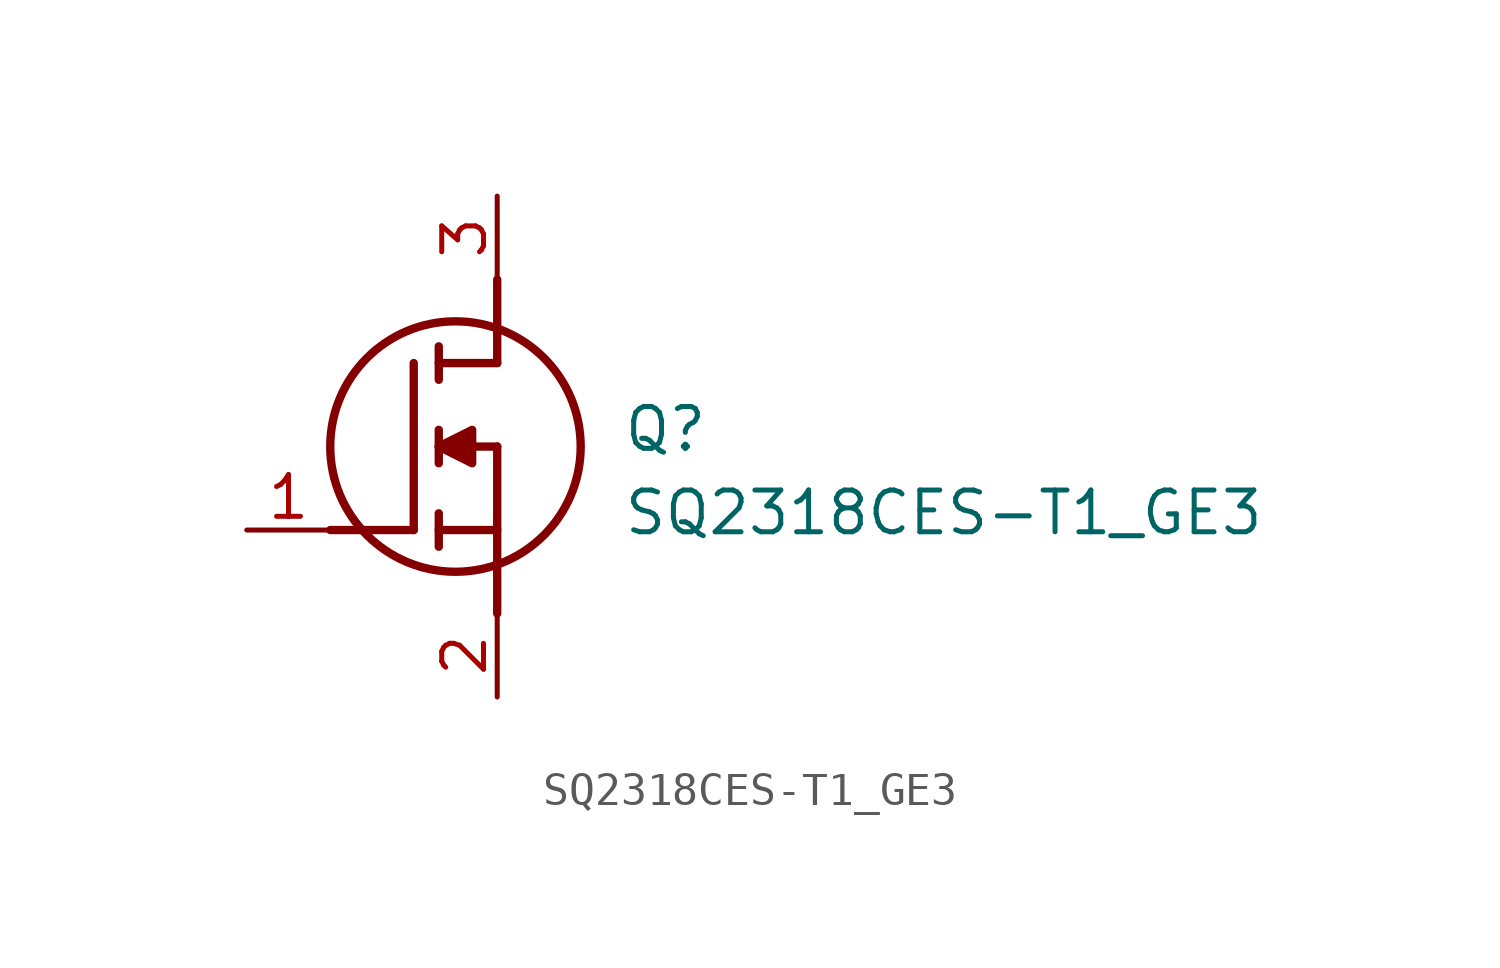
<source format=kicad_sym>
(kicad_symbol_lib
  (version 20211014)
  (generator SamacSys_ECAD_Model)
  (symbol "SQ2318CES-T1_GE3"
    (pin_names hide)
    (property "Reference" "Q"
      (at 11.43 3.81 0)
      (effects (font (size 1.27 1.27)) (justify left top)))
    (property "Value" "SQ2318CES-T1_GE3"
      (at 11.43 1.27 0)
      (effects (font (size 1.27 1.27)) (justify left top)))
    (polyline
      (pts (xy 7.62 2.54) (xy 7.62 -2.54))
      (stroke (width 0.254) (type default))
      (fill (type none)))
    (polyline
      (pts (xy 7.62 5.08) (xy 7.62 7.62))
      (stroke (width 0.254) (type default))
      (fill (type none)))
    (polyline
      (pts (xy 2.54 0) (xy 5.08 0))
      (stroke (width 0.254) (type default))
      (fill (type none)))
    (polyline
      (pts (xy 5.08 5.08) (xy 5.08 0))
      (stroke (width 0.254) (type default))
      (fill (type none)))
    (polyline
      (pts (xy 7.62 2.54) (xy 5.842 2.54))
      (stroke (width 0.254) (type default))
      (fill (type none)))
    (polyline
      (pts (xy 7.62 5.08) (xy 5.842 5.08))
      (stroke (width 0.254) (type default))
      (fill (type none)))
    (polyline
      (pts (xy 5.842 0) (xy 7.62 0))
      (stroke (width 0.254) (type default))
      (fill (type none)))
    (polyline
      (pts (xy 5.842 5.588) (xy 5.842 4.572))
      (stroke (width 0.254) (type default))
      (fill (type none)))
    (polyline
      (pts (xy 5.842 -0.508) (xy 5.842 0.508))
      (stroke (width 0.254) (type default))
      (fill (type none)))
    (polyline
      (pts (xy 5.842 2.032) (xy 5.842 3.048))
      (stroke (width 0.254) (type default))
      (fill (type none)))
    (circle
      (center 6.35 2.54)
      (radius 3.81)
      (stroke (width 0.254) (type default))
      (fill (type none)))
    (polyline
      (pts (xy 5.842 2.54) (xy 6.858 3.048) (xy 6.858 2.032) (xy 5.842 2.54))
      (stroke (width 0.254) (type default))
      (fill (type outline)))
    (pin passive line
      (at 0 0 0)
      (length 2.54)
      (name "G" (effects (font (size 1.27 1.27))))
      (number "1" (effects (font (size 1.27 1.27)))))
    (pin passive line
      (at 7.62 10.16 270)
      (length 2.54)
      (name "D" (effects (font (size 1.27 1.27))))
      (number "3" (effects (font (size 1.27 1.27)))))
    (pin passive line
      (at 7.62 -5.08 90)
      (length 2.54)
      (name "S" (effects (font (size 1.27 1.27))))
      (number "2" (effects (font (size 1.27 1.27)))))))
</source>
